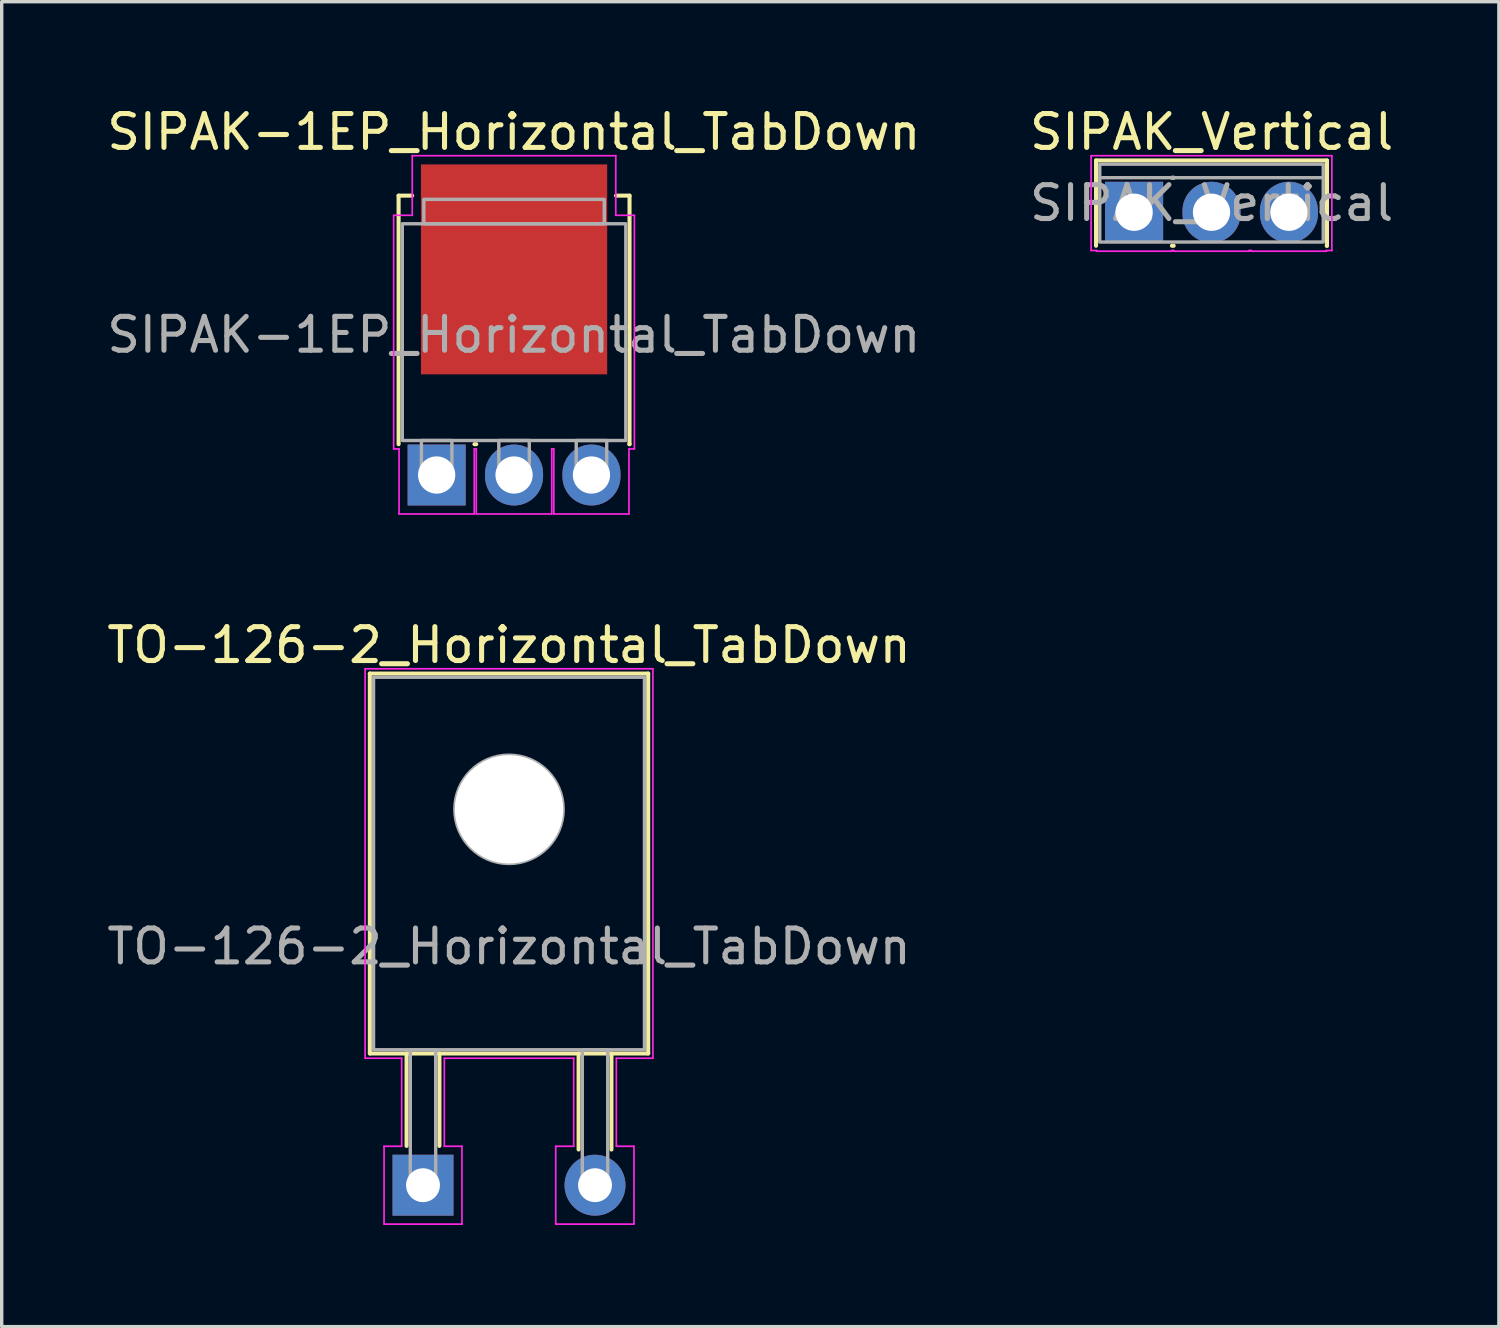
<source format=kicad_pcb>
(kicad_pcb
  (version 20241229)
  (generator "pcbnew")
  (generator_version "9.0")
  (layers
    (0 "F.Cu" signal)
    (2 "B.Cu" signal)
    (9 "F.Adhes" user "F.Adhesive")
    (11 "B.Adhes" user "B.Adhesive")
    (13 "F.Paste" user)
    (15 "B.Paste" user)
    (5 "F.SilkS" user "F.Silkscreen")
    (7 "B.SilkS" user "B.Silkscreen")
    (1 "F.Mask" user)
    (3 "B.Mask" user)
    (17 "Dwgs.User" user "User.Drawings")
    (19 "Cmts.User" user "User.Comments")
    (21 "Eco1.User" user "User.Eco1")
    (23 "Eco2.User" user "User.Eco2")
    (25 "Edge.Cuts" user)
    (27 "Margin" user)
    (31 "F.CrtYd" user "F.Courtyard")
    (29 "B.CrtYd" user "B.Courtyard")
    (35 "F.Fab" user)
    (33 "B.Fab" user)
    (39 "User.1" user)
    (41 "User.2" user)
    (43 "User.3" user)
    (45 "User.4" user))
  (footprint "SIPAK_Vertical"
    (layer "F.Cu")
    (at 30.442 3.218)
    (property "Reference" "SIPAK_Vertical" (at 2.29 -2.37 0) (layer "F.SilkS") (effects (font (size 1 1) (thickness 0.15))))
    (attr through_hole)
    (fp_line (start -1.124 -1.53) (end -1.124 0.99) (stroke (width 0.12) (type solid)) (layer "F.SilkS"))
    (fp_line (start -1.124 -1.53) (end 5.696 -1.53) (stroke (width 0.12) (type solid)) (layer "F.SilkS"))
    (fp_line (start 1.117 -1.02) (end 1.169 -1.02) (stroke (width 0.12) (type solid)) (layer "F.SilkS"))
    (fp_line (start 1.117 0.99) (end 1.169 0.99) (stroke (width 0.12) (type solid)) (layer "F.SilkS"))
    (fp_line (start 5.689 -1.02) (end 5.696 -1.02) (stroke (width 0.12) (type solid)) (layer "F.SilkS"))
    (fp_line (start 5.689 0.99) (end 5.696 0.99) (stroke (width 0.12) (type solid)) (layer "F.SilkS"))
    (fp_line (start 5.696 -1.53) (end 5.696 0.99) (stroke (width 0.12) (type solid)) (layer "F.SilkS"))
    (fp_line (start -1.27 -1.67) (end 5.84 -1.67) (stroke (width 0.05) (type solid)) (layer "F.CrtYd"))
    (fp_line (start -1.27 1.13) (end -1.27 -1.67) (stroke (width 0.05) (type solid)) (layer "F.CrtYd"))
    (fp_line (start -1.11 1.13) (end -1.27 1.13) (stroke (width 0.05) (type solid)) (layer "F.CrtYd"))
    (fp_line (start -1.11 1.15) (end -1.11 1.13) (stroke (width 0.05) (type solid)) (layer "F.CrtYd"))
    (fp_line (start 1.11 1.13) (end 1.11 1.15) (stroke (width 0.05) (type solid)) (layer "F.CrtYd"))
    (fp_line (start 1.11 1.15) (end -1.11 1.15) (stroke (width 0.05) (type solid)) (layer "F.CrtYd"))
    (fp_line (start 1.17 1.13) (end 1.11 1.13) (stroke (width 0.05) (type solid)) (layer "F.CrtYd"))
    (fp_line (start 1.17 1.15) (end 1.17 1.13) (stroke (width 0.05) (type solid)) (layer "F.CrtYd"))
    (fp_line (start 3.4 1.13) (end 3.4 1.15) (stroke (width 0.05) (type solid)) (layer "F.CrtYd"))
    (fp_line (start 3.4 1.15) (end 1.17 1.15) (stroke (width 0.05) (type solid)) (layer "F.CrtYd"))
    (fp_line (start 3.46 1.13) (end 3.4 1.13) (stroke (width 0.05) (type solid)) (layer "F.CrtYd"))
    (fp_line (start 3.46 1.15) (end 3.46 1.13) (stroke (width 0.05) (type solid)) (layer "F.CrtYd"))
    (fp_line (start 5.68 1.13) (end 5.68 1.15) (stroke (width 0.05) (type solid)) (layer "F.CrtYd"))
    (fp_line (start 5.68 1.15) (end 3.46 1.15) (stroke (width 0.05) (type solid)) (layer "F.CrtYd"))
    (fp_line (start 5.84 -1.67) (end 5.84 1.13) (stroke (width 0.05) (type solid)) (layer "F.CrtYd"))
    (fp_line (start 5.84 1.13) (end 5.68 1.13) (stroke (width 0.05) (type solid)) (layer "F.CrtYd"))
    (fp_line (start -1.014 -1.02) (end 5.586 -1.02) (stroke (width 0.1) (type solid)) (layer "F.Fab"))
    (fp_rect (start -1.014 -1.42) (end 5.586 0.88) (stroke (width 0.1) (type solid)) (fill no) (layer "F.Fab"))
    (fp_text user "${REFERENCE}" (at 2.29 -0.27 0) (layer "F.Fab") (effects (font (size 1 1) (thickness 0.15))))
    (pad "1" thru_hole rect (at 0 0) (size 1.714 1.8) (drill 1.1) (layers "*.Cu" "*.Mask"))
    (pad "2" thru_hole oval (at 2.286 0) (size 1.714 1.8) (drill 1.1) (layers "*.Cu" "*.Mask"))
    (pad "3" thru_hole oval (at 4.572 0) (size 1.714 1.8) (drill 1.1) (layers "*.Cu" "*.Mask")))
  (footprint "SIPAK-1EP_Horizontal_TabDown"
    (layer "F.Cu")
    (at 9.845 10.978)
    (property "Reference" "SIPAK-1EP_Horizontal_TabDown" (at 2.28 -10.13 0) (layer "F.SilkS") (effects (font (size 1 1) (thickness 0.15))))
    (attr through_hole)
    (fp_line (start -1.124 -8.25) (end -0.724 -8.25) (stroke (width 0.12) (type solid)) (layer "F.SilkS"))
    (fp_line (start -1.124 -0.91) (end -1.124 -8.25) (stroke (width 0.12) (type solid)) (layer "F.SilkS"))
    (fp_line (start 1.117 -0.91) (end 1.169 -0.91) (stroke (width 0.12) (type solid)) (layer "F.SilkS"))
    (fp_line (start 5.296 -8.25) (end 5.696 -8.25) (stroke (width 0.12) (type solid)) (layer "F.SilkS"))
    (fp_line (start 5.689 -0.91) (end 5.696 -0.91) (stroke (width 0.12) (type solid)) (layer "F.SilkS"))
    (fp_line (start 5.696 -0.91) (end 5.696 -8.25) (stroke (width 0.12) (type solid)) (layer "F.SilkS"))
    (fp_line (start -1.27 -7.67) (end -0.72 -7.67) (stroke (width 0.05) (type solid)) (layer "F.CrtYd"))
    (fp_line (start -1.27 -0.77) (end -1.27 -7.67) (stroke (width 0.05) (type solid)) (layer "F.CrtYd"))
    (fp_line (start -1.11 -0.77) (end -1.27 -0.77) (stroke (width 0.05) (type solid)) (layer "F.CrtYd"))
    (fp_line (start -1.11 1.15) (end -1.11 -0.77) (stroke (width 0.05) (type solid)) (layer "F.CrtYd"))
    (fp_line (start -0.72 -9.43) (end 5.29 -9.43) (stroke (width 0.05) (type solid)) (layer "F.CrtYd"))
    (fp_line (start -0.72 -7.67) (end -0.72 -9.43) (stroke (width 0.05) (type solid)) (layer "F.CrtYd"))
    (fp_line (start 1.11 -0.77) (end 1.11 1.15) (stroke (width 0.05) (type solid)) (layer "F.CrtYd"))
    (fp_line (start 1.11 1.15) (end -1.11 1.15) (stroke (width 0.05) (type solid)) (layer "F.CrtYd"))
    (fp_line (start 1.17 -0.77) (end 1.11 -0.77) (stroke (width 0.05) (type solid)) (layer "F.CrtYd"))
    (fp_line (start 1.17 1.15) (end 1.17 -0.77) (stroke (width 0.05) (type solid)) (layer "F.CrtYd"))
    (fp_line (start 3.4 -0.77) (end 3.4 1.15) (stroke (width 0.05) (type solid)) (layer "F.CrtYd"))
    (fp_line (start 3.4 1.15) (end 1.17 1.15) (stroke (width 0.05) (type solid)) (layer "F.CrtYd"))
    (fp_line (start 3.46 -0.77) (end 3.4 -0.77) (stroke (width 0.05) (type solid)) (layer "F.CrtYd"))
    (fp_line (start 3.46 1.15) (end 3.46 -0.77) (stroke (width 0.05) (type solid)) (layer "F.CrtYd"))
    (fp_line (start 5.29 -9.43) (end 5.29 -7.67) (stroke (width 0.05) (type solid)) (layer "F.CrtYd"))
    (fp_line (start 5.29 -7.67) (end 5.84 -7.67) (stroke (width 0.05) (type solid)) (layer "F.CrtYd"))
    (fp_line (start 5.68 -0.77) (end 5.68 1.15) (stroke (width 0.05) (type solid)) (layer "F.CrtYd"))
    (fp_line (start 5.68 1.15) (end 3.46 1.15) (stroke (width 0.05) (type solid)) (layer "F.CrtYd"))
    (fp_line (start 5.84 -7.67) (end 5.84 -0.77) (stroke (width 0.05) (type solid)) (layer "F.CrtYd"))
    (fp_line (start 5.84 -0.77) (end 5.68 -0.77) (stroke (width 0.05) (type solid)) (layer "F.CrtYd"))
    (fp_rect (start -1.014 -1.02) (end 5.586 -7.42) (stroke (width 0.1) (type solid)) (fill no) (layer "F.Fab"))
    (fp_rect (start -0.45 -1.02) (end 0.45 0) (stroke (width 0.1) (type solid)) (fill no) (layer "F.Fab"))
    (fp_rect (start -0.379 -8.14) (end 4.951 -7.42) (stroke (width 0.1) (type solid)) (fill no) (layer "F.Fab"))
    (fp_rect (start 1.836 -1.02) (end 2.736 0) (stroke (width 0.1) (type solid)) (fill no) (layer "F.Fab"))
    (fp_rect (start 4.122 -1.02) (end 5.022 0) (stroke (width 0.1) (type solid)) (fill no) (layer "F.Fab"))
    (fp_text user "${REFERENCE}" (at 2.28 -4.14 0) (layer "F.Fab") (effects (font (size 1 1) (thickness 0.15))))
    (pad "1" thru_hole rect (at 0 0) (size 1.714 1.8) (drill 1.1) (layers "*.Cu" "*.Mask"))
    (pad "2" thru_hole oval (at 2.286 0) (size 1.714 1.8) (drill 1.1) (layers "*.Cu" "*.Mask"))
    (pad "3" thru_hole oval (at 4.572 0) (size 1.714 1.8) (drill 1.1) (layers "*.Cu" "*.Mask"))
    (pad "4" smd rect (at 2.286 -6.073) (size 5.5 6.2) (layers "F.Cu" "F.Mask" "F.Paste")))
  (footprint "TO-126-2_Horizontal_TabDown"
    (layer "F.Cu")
    (at 9.442 31.951)
    (property "Reference" "TO-126-2_Horizontal_TabDown" (at 2.54 -15.95 0) (layer "F.SilkS") (effects (font (size 1 1) (thickness 0.15))))
    (attr through_hole)
    (fp_line (start -1.57 -15.11) (end 6.65 -15.11) (stroke (width 0.12) (type solid)) (layer "F.SilkS"))
    (fp_line (start -1.57 -3.89) (end -1.57 -15.11) (stroke (width 0.12) (type solid)) (layer "F.SilkS"))
    (fp_line (start -1.57 -3.89) (end 6.65 -3.89) (stroke (width 0.12) (type solid)) (layer "F.SilkS"))
    (fp_line (start -0.485 -3.89) (end -0.485 -1.16) (stroke (width 0.12) (type solid)) (layer "F.SilkS"))
    (fp_line (start 0.485 -3.89) (end 0.485 -1.16) (stroke (width 0.12) (type solid)) (layer "F.SilkS"))
    (fp_line (start 4.595 -3.89) (end 4.595 -1.054) (stroke (width 0.12) (type solid)) (layer "F.SilkS"))
    (fp_line (start 5.565 -3.89) (end 5.565 -1.054) (stroke (width 0.12) (type solid)) (layer "F.SilkS"))
    (fp_line (start 6.65 -3.89) (end 6.65 -15.11) (stroke (width 0.12) (type solid)) (layer "F.SilkS"))
    (fp_line (start -1.71 -15.25) (end 6.79 -15.25) (stroke (width 0.05) (type solid)) (layer "F.CrtYd"))
    (fp_line (start -1.71 -3.75) (end -1.71 -15.25) (stroke (width 0.05) (type solid)) (layer "F.CrtYd"))
    (fp_line (start -1.15 -1.15) (end -0.63 -1.15) (stroke (width 0.05) (type solid)) (layer "F.CrtYd"))
    (fp_line (start -1.15 1.15) (end -1.15 -1.15) (stroke (width 0.05) (type solid)) (layer "F.CrtYd"))
    (fp_line (start -0.63 -3.75) (end -1.71 -3.75) (stroke (width 0.05) (type solid)) (layer "F.CrtYd"))
    (fp_line (start -0.63 -1.15) (end -0.63 -3.75) (stroke (width 0.05) (type solid)) (layer "F.CrtYd"))
    (fp_line (start 0.63 -3.75) (end 0.63 -1.15) (stroke (width 0.05) (type solid)) (layer "F.CrtYd"))
    (fp_line (start 0.63 -1.15) (end 1.15 -1.15) (stroke (width 0.05) (type solid)) (layer "F.CrtYd"))
    (fp_line (start 1.15 -1.15) (end 1.15 1.15) (stroke (width 0.05) (type solid)) (layer "F.CrtYd"))
    (fp_line (start 1.15 1.15) (end -1.15 1.15) (stroke (width 0.05) (type solid)) (layer "F.CrtYd"))
    (fp_line (start 3.92 -1.15) (end 4.45 -1.15) (stroke (width 0.05) (type solid)) (layer "F.CrtYd"))
    (fp_line (start 3.92 1.15) (end 3.92 -1.15) (stroke (width 0.05) (type solid)) (layer "F.CrtYd"))
    (fp_line (start 4.45 -3.75) (end 0.63 -3.75) (stroke (width 0.05) (type solid)) (layer "F.CrtYd"))
    (fp_line (start 4.45 -1.15) (end 4.45 -3.75) (stroke (width 0.05) (type solid)) (layer "F.CrtYd"))
    (fp_line (start 5.71 -3.75) (end 5.71 -1.15) (stroke (width 0.05) (type solid)) (layer "F.CrtYd"))
    (fp_line (start 5.71 -1.15) (end 6.23 -1.15) (stroke (width 0.05) (type solid)) (layer "F.CrtYd"))
    (fp_line (start 6.23 -1.15) (end 6.23 1.15) (stroke (width 0.05) (type solid)) (layer "F.CrtYd"))
    (fp_line (start 6.23 1.15) (end 3.92 1.15) (stroke (width 0.05) (type solid)) (layer "F.CrtYd"))
    (fp_line (start 6.79 -15.25) (end 6.79 -3.75) (stroke (width 0.05) (type solid)) (layer "F.CrtYd"))
    (fp_line (start 6.79 -3.75) (end 5.71 -3.75) (stroke (width 0.05) (type solid)) (layer "F.CrtYd"))
    (fp_rect (start -1.46 -4) (end 6.54 -15) (stroke (width 0.1) (type solid)) (fill no) (layer "F.Fab"))
    (fp_rect (start -0.375 -4) (end 0.375 0) (stroke (width 0.1) (type solid)) (fill no) (layer "F.Fab"))
    (fp_rect (start 4.705 -4) (end 5.455 0) (stroke (width 0.1) (type solid)) (fill no) (layer "F.Fab"))
    (fp_circle (center 2.54 -11.1) (end 4.14 -11.1) (stroke (width 0.1) (type solid)) (fill no) (layer "F.Fab"))
    (fp_text user "${REFERENCE}" (at 2.54 -7.05 0) (layer "F.Fab") (effects (font (size 1 1) (thickness 0.15))))
    (pad "" np_thru_hole circle (at 2.54 -11.1) (size 3.2 3.2) (drill 3.2) (layers "*.Cu" "*.Mask"))
    (pad "1" thru_hole rect (at 0 0) (size 1.8 1.8) (drill 1) (layers "*.Cu" "*.Mask"))
    (pad "2" thru_hole circle (at 5.08 0) (size 1.8 1.8) (drill 1) (layers "*.Cu" "*.Mask")))
  (gr_rect
    (start -3 -3)
    (end 41.214 36.127)
    (stroke (width 0.1) (type default))
    (fill no)
    (layer "Edge.Cuts")))
</source>
